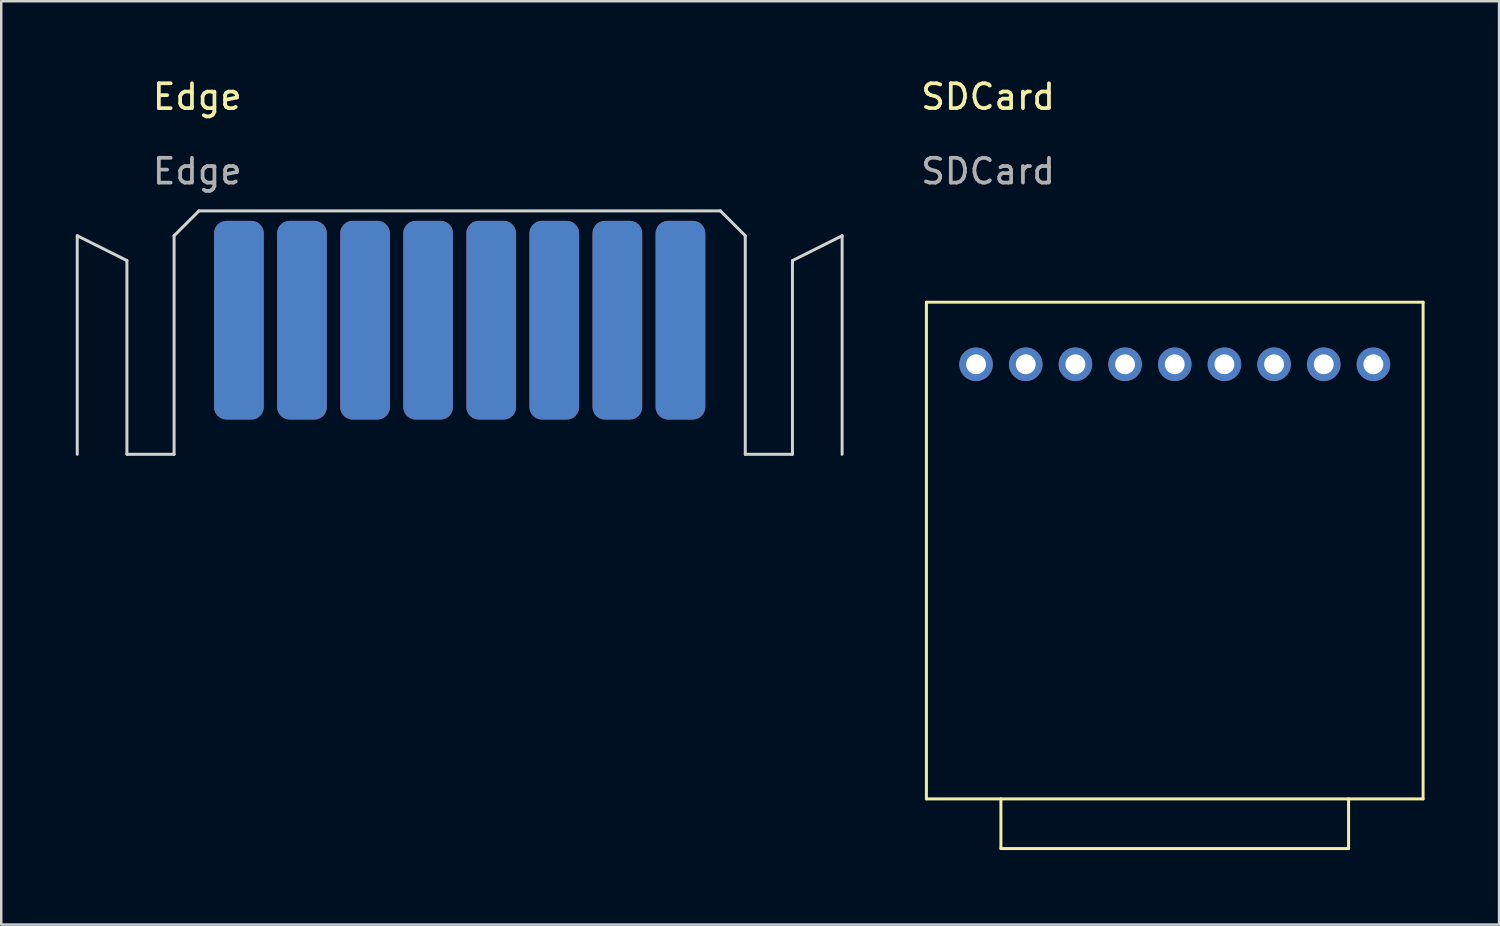
<source format=kicad_pcb>
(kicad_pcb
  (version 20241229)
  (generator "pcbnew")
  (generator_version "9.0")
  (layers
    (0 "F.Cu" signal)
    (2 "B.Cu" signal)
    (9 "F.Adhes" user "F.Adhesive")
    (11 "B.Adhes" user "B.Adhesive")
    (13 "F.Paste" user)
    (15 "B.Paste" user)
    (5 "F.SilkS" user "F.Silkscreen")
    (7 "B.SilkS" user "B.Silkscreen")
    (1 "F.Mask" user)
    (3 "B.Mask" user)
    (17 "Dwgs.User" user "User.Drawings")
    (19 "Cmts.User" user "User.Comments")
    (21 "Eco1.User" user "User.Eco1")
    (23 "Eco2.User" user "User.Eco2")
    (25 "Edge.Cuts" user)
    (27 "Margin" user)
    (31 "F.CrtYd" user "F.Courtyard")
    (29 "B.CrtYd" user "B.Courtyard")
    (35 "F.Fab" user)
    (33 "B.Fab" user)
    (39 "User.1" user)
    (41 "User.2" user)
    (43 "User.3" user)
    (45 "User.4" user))
  (footprint "SDCard"
    (layer "F.Cu")
    (at 44.254 11.619)
    (property "Reference" "SDCard" (at -7.518 -10.771 0) (unlocked yes) (layer "F.SilkS") (effects (font (size 1 1) (thickness 0.15))))
    (attr through_hole)
    (fp_line (start -10 -2.5) (end -10 17.5) (stroke (width 0.12) (type solid)) (layer "F.SilkS"))
    (fp_line (start -10 -2.5) (end 10 -2.5) (stroke (width 0.12) (type solid)) (layer "F.SilkS"))
    (fp_line (start -10 17.5) (end 10 17.5) (stroke (width 0.12) (type solid)) (layer "F.SilkS"))
    (fp_line (start -7 19.5) (end -7 17.5) (stroke (width 0.12) (type solid)) (layer "F.SilkS"))
    (fp_line (start 7 19.5) (end -7 19.5) (stroke (width 0.12) (type solid)) (layer "F.SilkS"))
    (fp_line (start 7 19.5) (end 7 17.5) (stroke (width 0.12) (type solid)) (layer "F.SilkS"))
    (fp_line (start 10 -2.5) (end 10 17.5) (stroke (width 0.12) (type solid)) (layer "F.SilkS"))
    (fp_text user "${REFERENCE}" (at -7.518 -7.771 0) (unlocked yes) (layer "F.Fab") (effects (font (size 1 1) (thickness 0.15))))
    (pad "1" thru_hole circle (at -8 0) (size 1.35 1.35) (drill 0.8) (layers "*.Cu" "*.Mask"))
    (pad "2" thru_hole circle (at -6 0) (size 1.35 1.35) (drill 0.8) (layers "*.Cu" "*.Mask"))
    (pad "3" thru_hole circle (at -4 0) (size 1.35 1.35) (drill 0.8) (layers "*.Cu" "*.Mask"))
    (pad "4" thru_hole circle (at -2 0) (size 1.35 1.35) (drill 0.8) (layers "*.Cu" "*.Mask"))
    (pad "5" thru_hole circle (at 0 0) (size 1.35 1.35) (drill 0.8) (layers "*.Cu" "*.Mask"))
    (pad "6" thru_hole circle (at 2 0) (size 1.35 1.35) (drill 0.8) (layers "*.Cu" "*.Mask"))
    (pad "7" thru_hole circle (at 4 0) (size 1.35 1.35) (drill 0.8) (layers "*.Cu" "*.Mask"))
    (pad "8" thru_hole circle (at 6 0) (size 1.35 1.35) (drill 0.8) (layers "*.Cu" "*.Mask"))
    (pad "9" thru_hole circle (at 8 0) (size 1.35 1.35) (drill 0.8) (layers "*.Cu" "*.Mask")))
  (footprint "Edge"
    (layer "F.Cu")
    (at 15.46 9.843)
    (property "Reference" "Edge" (at -10.566 -8.994 0) (unlocked yes) (layer "F.SilkS") (effects (font (size 1 1) (thickness 0.15))))
    (attr smd)
    (fp_line (start -15.4 -3.4) (end -13.4 -2.4) (stroke (width 0.12) (type solid)) (layer "Edge.Cuts"))
    (fp_line (start -15.4 5.4) (end -15.4 -3.4) (stroke (width 0.12) (type solid)) (layer "Edge.Cuts"))
    (fp_line (start -13.4 5.4) (end -13.4 -2.4) (stroke (width 0.12) (type solid)) (layer "Edge.Cuts"))
    (fp_line (start -11.5 -3.4) (end -11.5 5.4) (stroke (width 0.12) (type solid)) (layer "Edge.Cuts"))
    (fp_line (start -11.5 5.4) (end -13.4 5.4) (stroke (width 0.12) (type solid)) (layer "Edge.Cuts"))
    (fp_line (start -10.5 -4.4) (end -11.5 -3.4) (stroke (width 0.12) (type solid)) (layer "Edge.Cuts"))
    (fp_line (start -10.5 -4.4) (end 10.5 -4.4) (stroke (width 0.12) (type solid)) (layer "Edge.Cuts"))
    (fp_line (start 10.5 -4.4) (end 11.5 -3.4) (stroke (width 0.12) (type solid)) (layer "Edge.Cuts"))
    (fp_line (start 11.5 -3.4) (end 11.5 5.4) (stroke (width 0.12) (type solid)) (layer "Edge.Cuts"))
    (fp_line (start 11.5 5.4) (end 13.4 5.4) (stroke (width 0.12) (type solid)) (layer "Edge.Cuts"))
    (fp_line (start 13.4 -2.4) (end 15.4 -3.4) (stroke (width 0.12) (type solid)) (layer "Edge.Cuts"))
    (fp_line (start 13.4 5.4) (end 13.4 -2.4) (stroke (width 0.12) (type solid)) (layer "Edge.Cuts"))
    (fp_line (start 15.4 5.4) (end 15.4 -3.4) (stroke (width 0.12) (type solid)) (layer "Edge.Cuts"))
    (fp_text user "${REFERENCE}" (at -10.566 -5.994 0) (unlocked yes) (layer "F.Fab") (effects (font (size 1 1) (thickness 0.15))))
    (pad "1" smd roundrect (at -8.89 0) (size 2 8) (layers "F.Cu" "F.Mask" "F.Paste") (roundrect_rratio 0.25))
    (pad "2" smd roundrect (at -8.89 0) (size 2 8) (layers "B.Cu" "B.Mask" "B.Paste") (roundrect_rratio 0.25))
    (pad "3" smd roundrect (at -6.35 0) (size 2 8) (layers "F.Cu" "F.Mask" "F.Paste") (roundrect_rratio 0.25))
    (pad "4" smd roundrect (at -6.35 0) (size 2 8) (layers "B.Cu" "B.Mask" "B.Paste") (roundrect_rratio 0.25))
    (pad "5" smd roundrect (at -3.81 0) (size 2 8) (layers "F.Cu" "F.Mask" "F.Paste") (roundrect_rratio 0.25))
    (pad "6" smd roundrect (at -3.81 0) (size 2 8) (layers "B.Cu" "B.Mask" "B.Paste") (roundrect_rratio 0.25))
    (pad "7" smd roundrect (at -1.27 0) (size 2 8) (layers "F.Cu" "F.Mask" "F.Paste") (roundrect_rratio 0.25))
    (pad "8" smd roundrect (at -1.27 0) (size 2 8) (layers "B.Cu" "B.Mask" "B.Paste") (roundrect_rratio 0.25))
    (pad "9" smd roundrect (at 1.27 0) (size 2 8) (layers "F.Cu" "F.Mask" "F.Paste") (roundrect_rratio 0.25))
    (pad "10" smd roundrect (at 1.27 0) (size 2 8) (layers "B.Cu" "B.Mask" "B.Paste") (roundrect_rratio 0.25))
    (pad "11" smd roundrect (at 3.81 0) (size 2 8) (layers "F.Cu" "F.Mask" "F.Paste") (roundrect_rratio 0.25))
    (pad "12" smd roundrect (at 3.81 0) (size 2 8) (layers "B.Cu" "B.Mask" "B.Paste") (roundrect_rratio 0.25))
    (pad "13" smd roundrect (at 6.35 0) (size 2 8) (layers "F.Cu" "F.Mask" "F.Paste") (roundrect_rratio 0.25))
    (pad "14" smd roundrect (at 6.35 0) (size 2 8) (layers "B.Cu" "B.Mask" "B.Paste") (roundrect_rratio 0.25))
    (pad "15" smd roundrect (at 8.89 0) (size 2 8) (layers "F.Cu" "F.Mask" "F.Paste") (roundrect_rratio 0.25))
    (pad "16" smd roundrect (at 8.89 0) (size 2 8) (layers "B.Cu" "B.Mask" "B.Paste") (roundrect_rratio 0.25)))
  (gr_rect
    (start -3 -3)
    (end 57.314 34.179)
    (stroke (width 0.1) (type default))
    (fill no)
    (layer "Edge.Cuts")))
</source>
